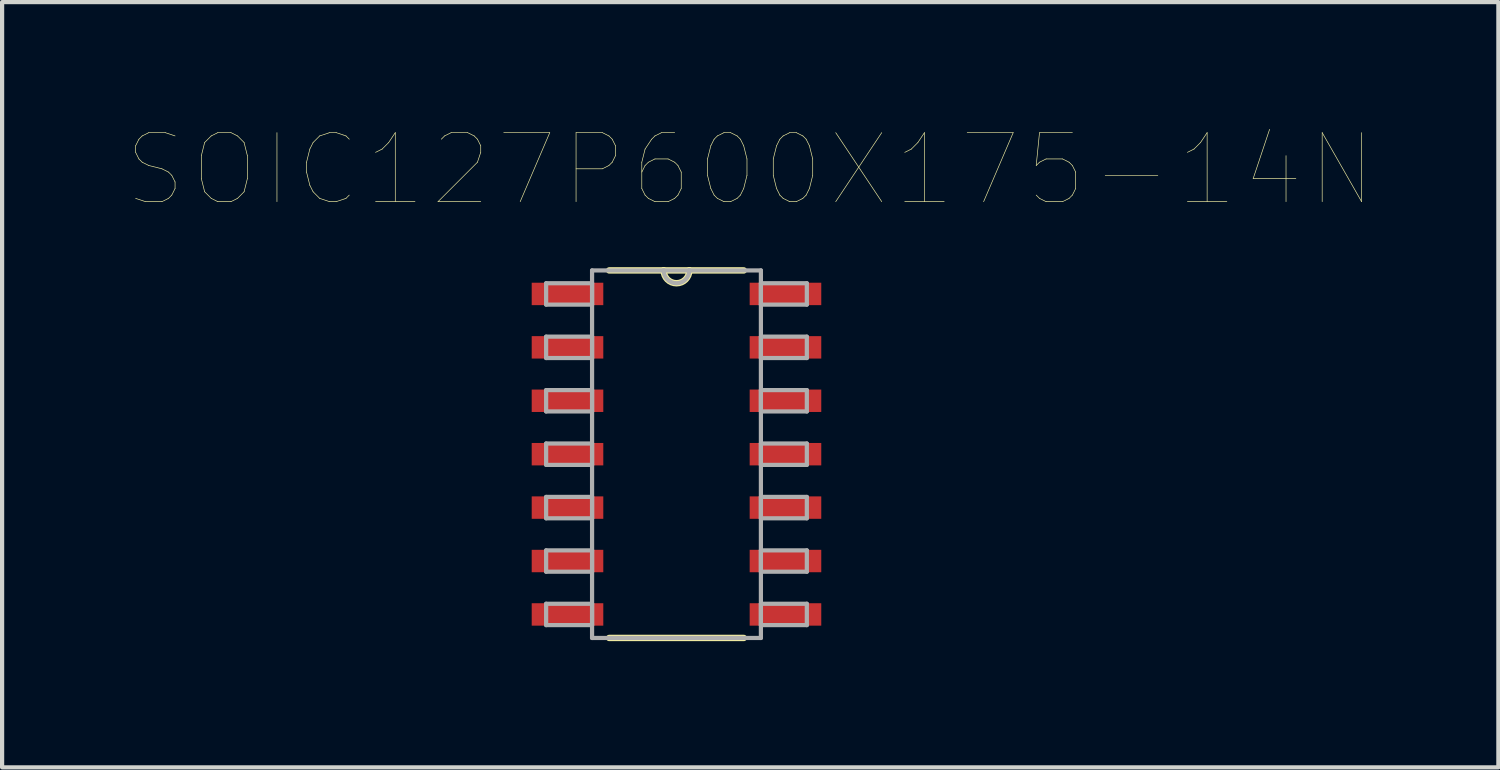
<source format=kicad_pcb>
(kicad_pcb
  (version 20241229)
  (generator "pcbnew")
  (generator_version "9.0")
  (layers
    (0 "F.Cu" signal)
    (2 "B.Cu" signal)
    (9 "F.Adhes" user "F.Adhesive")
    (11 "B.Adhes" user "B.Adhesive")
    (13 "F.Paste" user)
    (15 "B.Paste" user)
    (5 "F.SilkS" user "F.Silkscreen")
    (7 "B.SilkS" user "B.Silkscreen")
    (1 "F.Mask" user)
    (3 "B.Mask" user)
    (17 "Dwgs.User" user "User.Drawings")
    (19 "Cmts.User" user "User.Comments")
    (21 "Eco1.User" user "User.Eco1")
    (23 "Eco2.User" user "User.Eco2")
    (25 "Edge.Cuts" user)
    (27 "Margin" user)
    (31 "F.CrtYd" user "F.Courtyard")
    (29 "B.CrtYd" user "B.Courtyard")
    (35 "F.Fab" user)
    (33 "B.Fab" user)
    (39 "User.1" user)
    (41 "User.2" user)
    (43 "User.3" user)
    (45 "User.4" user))
  (footprint "SOIC127P600X175-14N"
    (layer "F.Cu")
    (at 13.033 7.748)
    (property "Reference" "SOIC127P600X175-14N" (at 1.754 -6.762 0) (layer "F.SilkS") (effects (font (size 1.641 1.641) (thickness 0.015))))
    (attr through_hole)
    (fp_line (start -1.6 4.369) (end 1.6 4.369) (stroke (width 0.152) (type solid)) (layer "F.SilkS"))
    (fp_line (start -0.305 -4.369) (end -1.6 -4.369) (stroke (width 0.152) (type solid)) (layer "F.SilkS"))
    (fp_line (start 0.305 -4.369) (end -0.305 -4.369) (stroke (width 0.152) (type solid)) (layer "F.SilkS"))
    (fp_line (start 1.6 -4.369) (end 0.305 -4.369) (stroke (width 0.152) (type solid)) (layer "F.SilkS"))
    (fp_arc (start 0.3048 -4.3688) (mid 0 -4.064) (end -0.3048 -4.3688) (stroke (width 0.1524) (type solid)) (layer "F.SilkS"))
    (fp_line (start -3.099 -4.064) (end -3.099 -3.556) (stroke (width 0.1) (type solid)) (layer "F.Fab"))
    (fp_line (start -3.099 -3.556) (end -2.007 -3.556) (stroke (width 0.1) (type solid)) (layer "F.Fab"))
    (fp_line (start -3.099 -2.794) (end -3.099 -2.286) (stroke (width 0.1) (type solid)) (layer "F.Fab"))
    (fp_line (start -3.099 -2.286) (end -2.007 -2.286) (stroke (width 0.1) (type solid)) (layer "F.Fab"))
    (fp_line (start -3.099 -1.524) (end -3.099 -1.016) (stroke (width 0.1) (type solid)) (layer "F.Fab"))
    (fp_line (start -3.099 -1.016) (end -2.007 -1.016) (stroke (width 0.1) (type solid)) (layer "F.Fab"))
    (fp_line (start -3.099 -0.254) (end -3.099 0.254) (stroke (width 0.1) (type solid)) (layer "F.Fab"))
    (fp_line (start -3.099 0.254) (end -2.007 0.254) (stroke (width 0.1) (type solid)) (layer "F.Fab"))
    (fp_line (start -3.099 1.016) (end -3.099 1.524) (stroke (width 0.1) (type solid)) (layer "F.Fab"))
    (fp_line (start -3.099 1.524) (end -2.007 1.524) (stroke (width 0.1) (type solid)) (layer "F.Fab"))
    (fp_line (start -3.099 2.286) (end -3.099 2.794) (stroke (width 0.1) (type solid)) (layer "F.Fab"))
    (fp_line (start -3.099 2.794) (end -2.007 2.794) (stroke (width 0.1) (type solid)) (layer "F.Fab"))
    (fp_line (start -3.099 3.556) (end -3.099 4.064) (stroke (width 0.1) (type solid)) (layer "F.Fab"))
    (fp_line (start -3.099 4.064) (end -2.007 4.064) (stroke (width 0.1) (type solid)) (layer "F.Fab"))
    (fp_line (start -2.007 -4.369) (end -2.007 4.369) (stroke (width 0.1) (type solid)) (layer "F.Fab"))
    (fp_line (start -2.007 -4.064) (end -3.099 -4.064) (stroke (width 0.1) (type solid)) (layer "F.Fab"))
    (fp_line (start -2.007 -3.556) (end -2.007 -4.064) (stroke (width 0.1) (type solid)) (layer "F.Fab"))
    (fp_line (start -2.007 -2.794) (end -3.099 -2.794) (stroke (width 0.1) (type solid)) (layer "F.Fab"))
    (fp_line (start -2.007 -2.286) (end -2.007 -2.794) (stroke (width 0.1) (type solid)) (layer "F.Fab"))
    (fp_line (start -2.007 -1.524) (end -3.099 -1.524) (stroke (width 0.1) (type solid)) (layer "F.Fab"))
    (fp_line (start -2.007 -1.016) (end -2.007 -1.524) (stroke (width 0.1) (type solid)) (layer "F.Fab"))
    (fp_line (start -2.007 -0.254) (end -3.099 -0.254) (stroke (width 0.1) (type solid)) (layer "F.Fab"))
    (fp_line (start -2.007 0.254) (end -2.007 -0.254) (stroke (width 0.1) (type solid)) (layer "F.Fab"))
    (fp_line (start -2.007 1.016) (end -3.099 1.016) (stroke (width 0.1) (type solid)) (layer "F.Fab"))
    (fp_line (start -2.007 1.524) (end -2.007 1.016) (stroke (width 0.1) (type solid)) (layer "F.Fab"))
    (fp_line (start -2.007 2.286) (end -3.099 2.286) (stroke (width 0.1) (type solid)) (layer "F.Fab"))
    (fp_line (start -2.007 2.794) (end -2.007 2.286) (stroke (width 0.1) (type solid)) (layer "F.Fab"))
    (fp_line (start -2.007 3.556) (end -3.099 3.556) (stroke (width 0.1) (type solid)) (layer "F.Fab"))
    (fp_line (start -2.007 4.064) (end -2.007 3.556) (stroke (width 0.1) (type solid)) (layer "F.Fab"))
    (fp_line (start -2.007 4.369) (end 2.007 4.369) (stroke (width 0.1) (type solid)) (layer "F.Fab"))
    (fp_line (start -0.305 -4.369) (end -2.007 -4.369) (stroke (width 0.1) (type solid)) (layer "F.Fab"))
    (fp_line (start 0.305 -4.369) (end -0.305 -4.369) (stroke (width 0.1) (type solid)) (layer "F.Fab"))
    (fp_line (start 2.007 -4.369) (end 0.305 -4.369) (stroke (width 0.1) (type solid)) (layer "F.Fab"))
    (fp_line (start 2.007 -4.064) (end 2.007 -3.556) (stroke (width 0.1) (type solid)) (layer "F.Fab"))
    (fp_line (start 2.007 -3.556) (end 3.099 -3.556) (stroke (width 0.1) (type solid)) (layer "F.Fab"))
    (fp_line (start 2.007 -2.794) (end 2.007 -2.286) (stroke (width 0.1) (type solid)) (layer "F.Fab"))
    (fp_line (start 2.007 -2.286) (end 3.099 -2.286) (stroke (width 0.1) (type solid)) (layer "F.Fab"))
    (fp_line (start 2.007 -1.524) (end 2.007 -1.016) (stroke (width 0.1) (type solid)) (layer "F.Fab"))
    (fp_line (start 2.007 -1.016) (end 3.099 -1.016) (stroke (width 0.1) (type solid)) (layer "F.Fab"))
    (fp_line (start 2.007 -0.254) (end 2.007 0.254) (stroke (width 0.1) (type solid)) (layer "F.Fab"))
    (fp_line (start 2.007 0.254) (end 3.099 0.254) (stroke (width 0.1) (type solid)) (layer "F.Fab"))
    (fp_line (start 2.007 1.016) (end 2.007 1.524) (stroke (width 0.1) (type solid)) (layer "F.Fab"))
    (fp_line (start 2.007 1.524) (end 3.099 1.524) (stroke (width 0.1) (type solid)) (layer "F.Fab"))
    (fp_line (start 2.007 2.286) (end 2.007 2.794) (stroke (width 0.1) (type solid)) (layer "F.Fab"))
    (fp_line (start 2.007 2.794) (end 3.099 2.794) (stroke (width 0.1) (type solid)) (layer "F.Fab"))
    (fp_line (start 2.007 3.556) (end 2.007 4.064) (stroke (width 0.1) (type solid)) (layer "F.Fab"))
    (fp_line (start 2.007 4.064) (end 3.099 4.064) (stroke (width 0.1) (type solid)) (layer "F.Fab"))
    (fp_line (start 2.007 4.369) (end 2.007 -4.369) (stroke (width 0.1) (type solid)) (layer "F.Fab"))
    (fp_line (start 3.099 -4.064) (end 2.007 -4.064) (stroke (width 0.1) (type solid)) (layer "F.Fab"))
    (fp_line (start 3.099 -3.556) (end 3.099 -4.064) (stroke (width 0.1) (type solid)) (layer "F.Fab"))
    (fp_line (start 3.099 -2.794) (end 2.007 -2.794) (stroke (width 0.1) (type solid)) (layer "F.Fab"))
    (fp_line (start 3.099 -2.286) (end 3.099 -2.794) (stroke (width 0.1) (type solid)) (layer "F.Fab"))
    (fp_line (start 3.099 -1.524) (end 2.007 -1.524) (stroke (width 0.1) (type solid)) (layer "F.Fab"))
    (fp_line (start 3.099 -1.016) (end 3.099 -1.524) (stroke (width 0.1) (type solid)) (layer "F.Fab"))
    (fp_line (start 3.099 -0.254) (end 2.007 -0.254) (stroke (width 0.1) (type solid)) (layer "F.Fab"))
    (fp_line (start 3.099 0.254) (end 3.099 -0.254) (stroke (width 0.1) (type solid)) (layer "F.Fab"))
    (fp_line (start 3.099 1.016) (end 2.007 1.016) (stroke (width 0.1) (type solid)) (layer "F.Fab"))
    (fp_line (start 3.099 1.524) (end 3.099 1.016) (stroke (width 0.1) (type solid)) (layer "F.Fab"))
    (fp_line (start 3.099 2.286) (end 2.007 2.286) (stroke (width 0.1) (type solid)) (layer "F.Fab"))
    (fp_line (start 3.099 2.794) (end 3.099 2.286) (stroke (width 0.1) (type solid)) (layer "F.Fab"))
    (fp_line (start 3.099 3.556) (end 2.007 3.556) (stroke (width 0.1) (type solid)) (layer "F.Fab"))
    (fp_line (start 3.099 4.064) (end 3.099 3.556) (stroke (width 0.1) (type solid)) (layer "F.Fab"))
    (fp_arc (start 0.3048 -4.3688) (mid 0 -4.064) (end -0.3048 -4.3688) (stroke (width 0.1) (type solid)) (layer "F.Fab"))
    (pad "1" smd rect (at -2.591 -3.81) (size 1.702 0.533) (layers "F.Cu" "F.Mask" "F.Paste"))
    (pad "2" smd rect (at -2.591 -2.54) (size 1.702 0.533) (layers "F.Cu" "F.Mask" "F.Paste"))
    (pad "3" smd rect (at -2.591 -1.27) (size 1.702 0.533) (layers "F.Cu" "F.Mask" "F.Paste"))
    (pad "4" smd rect (at -2.591 0) (size 1.702 0.533) (layers "F.Cu" "F.Mask" "F.Paste"))
    (pad "5" smd rect (at -2.591 1.27) (size 1.702 0.533) (layers "F.Cu" "F.Mask" "F.Paste"))
    (pad "6" smd rect (at -2.591 2.54) (size 1.702 0.533) (layers "F.Cu" "F.Mask" "F.Paste"))
    (pad "7" smd rect (at -2.591 3.81) (size 1.702 0.533) (layers "F.Cu" "F.Mask" "F.Paste"))
    (pad "8" smd rect (at 2.591 3.81) (size 1.702 0.533) (layers "F.Cu" "F.Mask" "F.Paste"))
    (pad "9" smd rect (at 2.591 2.54) (size 1.702 0.533) (layers "F.Cu" "F.Mask" "F.Paste"))
    (pad "10" smd rect (at 2.591 1.27) (size 1.702 0.533) (layers "F.Cu" "F.Mask" "F.Paste"))
    (pad "11" smd rect (at 2.591 0) (size 1.702 0.533) (layers "F.Cu" "F.Mask" "F.Paste"))
    (pad "12" smd rect (at 2.591 -1.27) (size 1.702 0.533) (layers "F.Cu" "F.Mask" "F.Paste"))
    (pad "13" smd rect (at 2.591 -2.54) (size 1.702 0.533) (layers "F.Cu" "F.Mask" "F.Paste"))
    (pad "14" smd rect (at 2.591 -3.81) (size 1.702 0.533) (layers "F.Cu" "F.Mask" "F.Paste")))
  (gr_rect
    (start -3 -3)
    (end 32.573 15.193)
    (stroke (width 0.1) (type default))
    (fill no)
    (layer "Edge.Cuts")))
</source>
